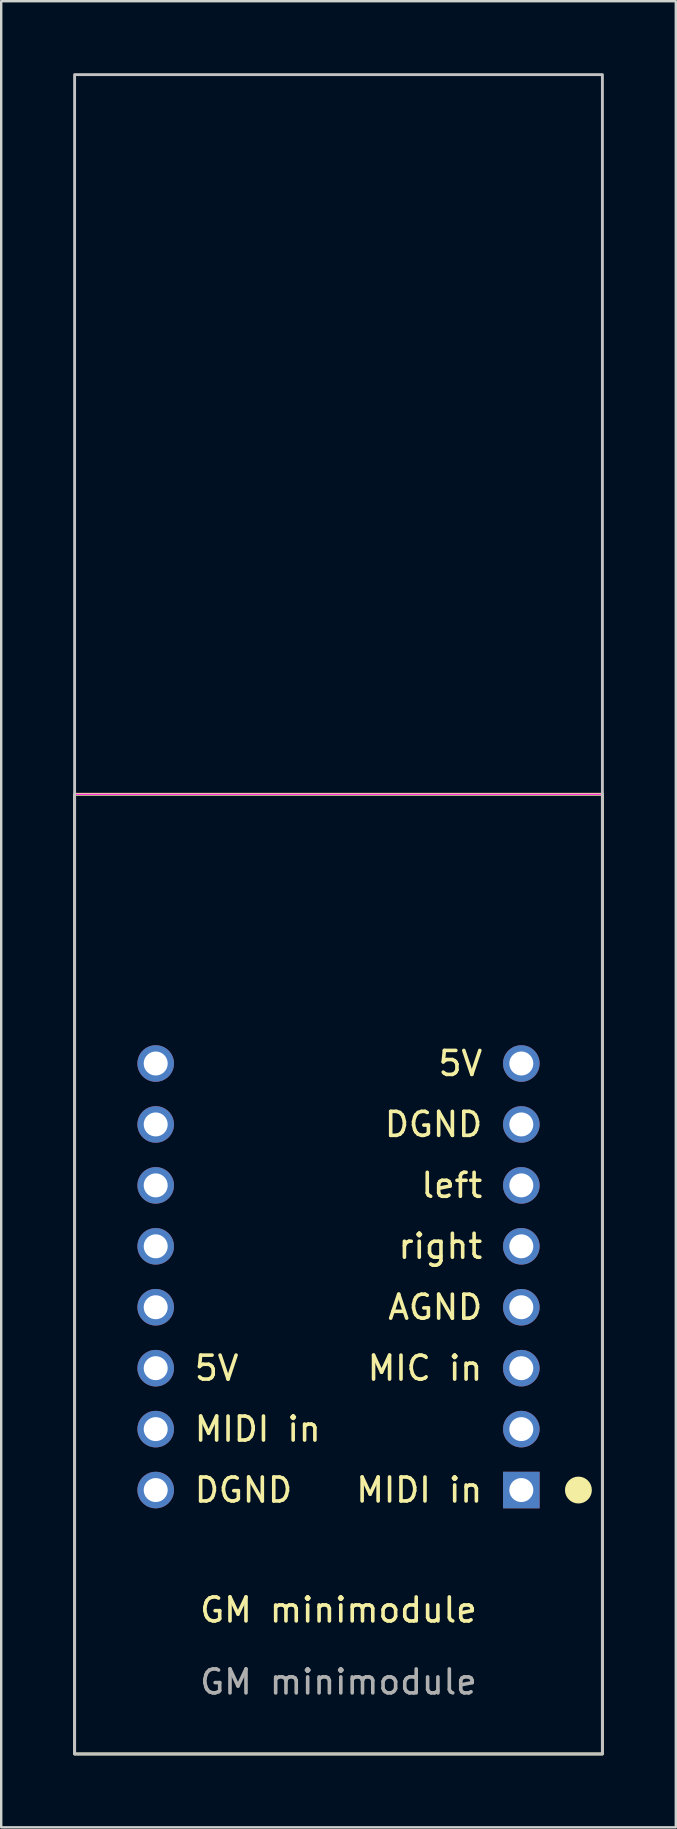
<source format=kicad_pcb>
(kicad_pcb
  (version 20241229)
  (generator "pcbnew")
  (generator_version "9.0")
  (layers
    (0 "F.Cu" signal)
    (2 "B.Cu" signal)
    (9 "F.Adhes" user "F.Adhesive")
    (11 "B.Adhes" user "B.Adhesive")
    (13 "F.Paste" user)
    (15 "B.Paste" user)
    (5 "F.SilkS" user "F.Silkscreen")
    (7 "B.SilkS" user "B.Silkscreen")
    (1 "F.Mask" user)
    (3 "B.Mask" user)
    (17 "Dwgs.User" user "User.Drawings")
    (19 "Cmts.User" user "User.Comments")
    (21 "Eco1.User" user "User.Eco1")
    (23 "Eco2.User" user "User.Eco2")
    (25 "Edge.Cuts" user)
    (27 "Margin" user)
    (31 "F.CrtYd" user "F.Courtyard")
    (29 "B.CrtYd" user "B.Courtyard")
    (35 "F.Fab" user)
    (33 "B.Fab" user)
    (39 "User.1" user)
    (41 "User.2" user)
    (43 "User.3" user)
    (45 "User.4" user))
  (footprint "GM minimodule"
    (layer "F.Cu")
    (at 11.06 59.06)
    (property "Reference" "GM minimodule" (at 0 5 0) (unlocked yes) (layer "F.SilkS") (effects (font (size 1 1) (thickness 0.15))))
    (attr through_hole)
    (fp_rect (start -11 -29) (end 11 11) (stroke (width 0.12) (type solid)) (fill no) (layer "F.SilkS"))
    (fp_circle (center 10 0) (end 10.5 0) (stroke (width 0.12) (type solid)) (fill yes) (layer "F.SilkS"))
    (fp_rect (start -11 11) (end 11 -59) (stroke (width 0.12) (type solid)) (fill no) (layer "Dwgs.User"))
    (fp_rect (start -11 -29) (end 11 11) (stroke (width 0.05) (type solid)) (fill no) (layer "F.CrtYd"))
    (fp_text user "right" (at 4.247 -10.16 0) (unlocked yes) (layer "F.SilkS") (effects (font (size 1 1) (thickness 0.15))))
    (fp_text user "left" (at 4.723 -12.7 0) (unlocked yes) (layer "F.SilkS") (effects (font (size 1 1) (thickness 0.15))))
    (fp_text user "DGND" (at 3.961 -15.24 0) (unlocked yes) (layer "F.SilkS") (effects (font (size 1 1) (thickness 0.15))))
    (fp_text user "5V" (at -5.08 -5.08 0) (unlocked yes) (layer "F.SilkS") (effects (font (size 1 1) (thickness 0.15))))
    (fp_text user "MIC in" (at 3.604 -5.08 0) (unlocked yes) (layer "F.SilkS") (effects (font (size 1 1) (thickness 0.15))))
    (fp_text user "DGND" (at -3.961 0 0) (unlocked yes) (layer "F.SilkS") (effects (font (size 1 1) (thickness 0.15))))
    (fp_text user "AGND" (at 4.032 -7.62 0) (unlocked yes) (layer "F.SilkS") (effects (font (size 1 1) (thickness 0.15))))
    (fp_text user "5V" (at 5.08 -17.78 0) (unlocked yes) (layer "F.SilkS") (effects (font (size 1 1) (thickness 0.15))))
    (fp_text user "MIDI in" (at -3.366 -2.54 0) (unlocked yes) (layer "F.SilkS") (effects (font (size 1 1) (thickness 0.15))))
    (fp_text user "MIDI in" (at 3.366 0 0) (unlocked yes) (layer "F.SilkS") (effects (font (size 1 1) (thickness 0.15))))
    (fp_text user "${REFERENCE}" (at 0 8 0) (unlocked yes) (layer "F.Fab") (effects (font (size 1 1) (thickness 0.15))))
    (pad "1" thru_hole rect (at 7.62 0) (size 1.524 1.524) (drill 1) (layers "*.Cu" "*.Mask"))
    (pad "2" thru_hole circle (at 7.62 -2.54) (size 1.524 1.524) (drill 1) (layers "*.Cu" "*.Mask"))
    (pad "3" thru_hole circle (at 7.62 -5.08) (size 1.524 1.524) (drill 1) (layers "*.Cu" "*.Mask"))
    (pad "4" thru_hole circle (at 7.62 -7.62) (size 1.524 1.524) (drill 1) (layers "*.Cu" "*.Mask"))
    (pad "5" thru_hole circle (at 7.62 -10.16) (size 1.524 1.524) (drill 1) (layers "*.Cu" "*.Mask"))
    (pad "6" thru_hole circle (at 7.62 -12.7) (size 1.524 1.524) (drill 1) (layers "*.Cu" "*.Mask"))
    (pad "7" thru_hole circle (at 7.62 -15.24) (size 1.524 1.524) (drill 1) (layers "*.Cu" "*.Mask"))
    (pad "8" thru_hole circle (at 7.62 -17.78) (size 1.524 1.524) (drill 1) (layers "*.Cu" "*.Mask"))
    (pad "9" thru_hole circle (at -7.62 0) (size 1.524 1.524) (drill 1) (layers "*.Cu" "*.Mask"))
    (pad "10" thru_hole circle (at -7.62 -2.54) (size 1.524 1.524) (drill 1) (layers "*.Cu" "*.Mask"))
    (pad "11" thru_hole circle (at -7.62 -5.08) (size 1.524 1.524) (drill 1) (layers "*.Cu" "*.Mask"))
    (pad "12" thru_hole circle (at -7.62 -7.62) (size 1.524 1.524) (drill 1) (layers "*.Cu" "*.Mask"))
    (pad "13" thru_hole circle (at -7.62 -10.16) (size 1.524 1.524) (drill 1) (layers "*.Cu" "*.Mask"))
    (pad "14" thru_hole circle (at -7.62 -12.7) (size 1.524 1.524) (drill 1) (layers "*.Cu" "*.Mask"))
    (pad "15" thru_hole circle (at -7.62 -15.24) (size 1.524 1.524) (drill 1) (layers "*.Cu" "*.Mask"))
    (pad "16" thru_hole circle (at -7.62 -17.78) (size 1.524 1.524) (drill 1) (layers "*.Cu" "*.Mask")))
  (gr_rect
    (start -3 -3)
    (end 25.12 73.12)
    (stroke (width 0.1) (type default))
    (fill no)
    (layer "Edge.Cuts")))
</source>
